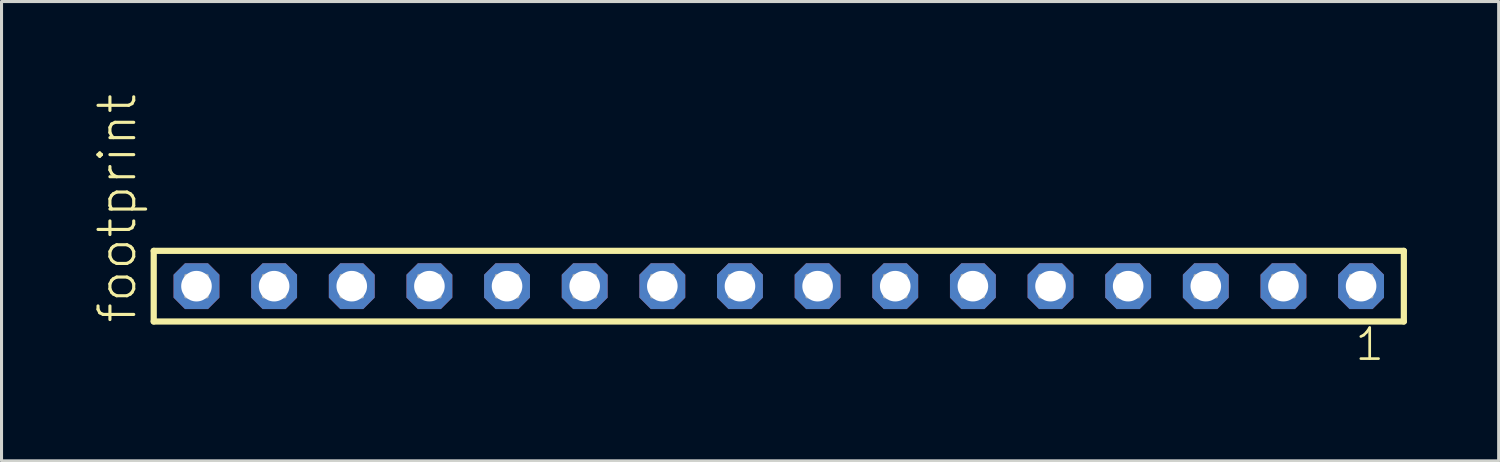
<source format=kicad_pcb>
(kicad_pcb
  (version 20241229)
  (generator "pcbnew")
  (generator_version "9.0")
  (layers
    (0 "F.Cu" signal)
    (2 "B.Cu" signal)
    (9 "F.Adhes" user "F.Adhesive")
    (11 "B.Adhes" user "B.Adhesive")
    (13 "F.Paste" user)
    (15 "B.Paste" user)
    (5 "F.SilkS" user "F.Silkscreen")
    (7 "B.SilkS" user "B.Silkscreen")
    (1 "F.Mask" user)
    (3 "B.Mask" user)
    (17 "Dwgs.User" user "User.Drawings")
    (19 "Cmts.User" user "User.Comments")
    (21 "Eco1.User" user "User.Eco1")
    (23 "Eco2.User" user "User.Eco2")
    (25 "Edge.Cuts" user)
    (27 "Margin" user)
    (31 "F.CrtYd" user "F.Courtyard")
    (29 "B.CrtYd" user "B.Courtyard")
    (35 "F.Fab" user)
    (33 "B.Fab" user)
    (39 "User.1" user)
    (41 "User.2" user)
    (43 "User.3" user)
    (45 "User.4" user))
  (footprint "footprint"
    (layer "F.Cu")
    (at 22.428 6.312)
    (property "Reference" "footprint" (at -20.955 1.27 90) (layer "F.SilkS") (effects (font (size 1.168 1.168) (thickness 0.102)) (justify left bottom)))
    (fp_line (start -20.449 -1.155) (end 20.449 -1.155) (stroke (width 0.203) (type solid)) (layer "F.SilkS"))
    (fp_line (start -20.449 1.155) (end -20.449 -1.155) (stroke (width 0.203) (type solid)) (layer "F.SilkS"))
    (fp_line (start 20.449 -1.155) (end 20.449 1.155) (stroke (width 0.203) (type solid)) (layer "F.SilkS"))
    (fp_line (start 20.449 1.155) (end -20.449 1.155) (stroke (width 0.203) (type solid)) (layer "F.SilkS"))
    (fp_poly (pts (xy -19.4 0.35) (xy -18.7 0.35) (xy -18.7 -0.35) (xy -19.4 -0.35)) (stroke (width 0.1) (type solid)) (fill no) (layer "F.Fab"))
    (fp_poly (pts (xy -16.86 0.35) (xy -16.16 0.35) (xy -16.16 -0.35) (xy -16.86 -0.35)) (stroke (width 0.1) (type solid)) (fill no) (layer "F.Fab"))
    (fp_poly (pts (xy -14.32 0.35) (xy -13.62 0.35) (xy -13.62 -0.35) (xy -14.32 -0.35)) (stroke (width 0.1) (type solid)) (fill no) (layer "F.Fab"))
    (fp_poly (pts (xy -11.78 0.35) (xy -11.08 0.35) (xy -11.08 -0.35) (xy -11.78 -0.35)) (stroke (width 0.1) (type solid)) (fill no) (layer "F.Fab"))
    (fp_poly (pts (xy -9.24 0.35) (xy -8.54 0.35) (xy -8.54 -0.35) (xy -9.24 -0.35)) (stroke (width 0.1) (type solid)) (fill no) (layer "F.Fab"))
    (fp_poly (pts (xy -6.7 0.35) (xy -6 0.35) (xy -6 -0.35) (xy -6.7 -0.35)) (stroke (width 0.1) (type solid)) (fill no) (layer "F.Fab"))
    (fp_poly (pts (xy -4.16 0.35) (xy -3.46 0.35) (xy -3.46 -0.35) (xy -4.16 -0.35)) (stroke (width 0.1) (type solid)) (fill no) (layer "F.Fab"))
    (fp_poly (pts (xy -1.62 0.35) (xy -0.92 0.35) (xy -0.92 -0.35) (xy -1.62 -0.35)) (stroke (width 0.1) (type solid)) (fill no) (layer "F.Fab"))
    (fp_poly (pts (xy 0.92 0.35) (xy 1.62 0.35) (xy 1.62 -0.35) (xy 0.92 -0.35)) (stroke (width 0.1) (type solid)) (fill no) (layer "F.Fab"))
    (fp_poly (pts (xy 3.46 0.35) (xy 4.16 0.35) (xy 4.16 -0.35) (xy 3.46 -0.35)) (stroke (width 0.1) (type solid)) (fill no) (layer "F.Fab"))
    (fp_poly (pts (xy 6 0.35) (xy 6.7 0.35) (xy 6.7 -0.35) (xy 6 -0.35)) (stroke (width 0.1) (type solid)) (fill no) (layer "F.Fab"))
    (fp_poly (pts (xy 8.54 0.35) (xy 9.24 0.35) (xy 9.24 -0.35) (xy 8.54 -0.35)) (stroke (width 0.1) (type solid)) (fill no) (layer "F.Fab"))
    (fp_poly (pts (xy 11.08 0.35) (xy 11.78 0.35) (xy 11.78 -0.35) (xy 11.08 -0.35)) (stroke (width 0.1) (type solid)) (fill no) (layer "F.Fab"))
    (fp_poly (pts (xy 13.62 0.35) (xy 14.32 0.35) (xy 14.32 -0.35) (xy 13.62 -0.35)) (stroke (width 0.1) (type solid)) (fill no) (layer "F.Fab"))
    (fp_poly (pts (xy 16.16 0.35) (xy 16.86 0.35) (xy 16.86 -0.35) (xy 16.16 -0.35)) (stroke (width 0.1) (type solid)) (fill no) (layer "F.Fab"))
    (fp_poly (pts (xy 18.7 0.35) (xy 19.4 0.35) (xy 19.4 -0.35) (xy 18.7 -0.35)) (stroke (width 0.1) (type solid)) (fill no) (layer "F.Fab"))
    (fp_text user "1" (at 18.792 2.498 0) (layer "F.SilkS") (effects (font (size 1.012 1.012) (thickness 0.088)) (justify left bottom)))
    (pad "1" thru_hole roundrect (at 19.05 0 180) (size 1.5 1.5) (drill 1) (layers "*.Cu" "*.Mask") (roundrect_rratio 0.25) (chamfer_ratio 0.25) (chamfer top_left top_right bottom_left bottom_right))
    (pad "2" thru_hole roundrect (at 16.51 0 180) (size 1.5 1.5) (drill 1) (layers "*.Cu" "*.Mask") (roundrect_rratio 0.25) (chamfer_ratio 0.25) (chamfer top_left top_right bottom_left bottom_right))
    (pad "3" thru_hole roundrect (at 13.97 0 180) (size 1.5 1.5) (drill 1) (layers "*.Cu" "*.Mask") (roundrect_rratio 0.25) (chamfer_ratio 0.25) (chamfer top_left top_right bottom_left bottom_right))
    (pad "4" thru_hole roundrect (at 11.43 0 180) (size 1.5 1.5) (drill 1) (layers "*.Cu" "*.Mask") (roundrect_rratio 0.25) (chamfer_ratio 0.25) (chamfer top_left top_right bottom_left bottom_right))
    (pad "5" thru_hole roundrect (at 8.89 0 180) (size 1.5 1.5) (drill 1) (layers "*.Cu" "*.Mask") (roundrect_rratio 0.25) (chamfer_ratio 0.25) (chamfer top_left top_right bottom_left bottom_right))
    (pad "6" thru_hole roundrect (at 6.35 0 180) (size 1.5 1.5) (drill 1) (layers "*.Cu" "*.Mask") (roundrect_rratio 0.25) (chamfer_ratio 0.25) (chamfer top_left top_right bottom_left bottom_right))
    (pad "7" thru_hole roundrect (at 3.81 0 180) (size 1.5 1.5) (drill 1) (layers "*.Cu" "*.Mask") (roundrect_rratio 0.25) (chamfer_ratio 0.25) (chamfer top_left top_right bottom_left bottom_right))
    (pad "8" thru_hole roundrect (at 1.27 0 180) (size 1.5 1.5) (drill 1) (layers "*.Cu" "*.Mask") (roundrect_rratio 0.25) (chamfer_ratio 0.25) (chamfer top_left top_right bottom_left bottom_right))
    (pad "9" thru_hole roundrect (at -1.27 0 180) (size 1.5 1.5) (drill 1) (layers "*.Cu" "*.Mask") (roundrect_rratio 0.25) (chamfer_ratio 0.25) (chamfer top_left top_right bottom_left bottom_right))
    (pad "10" thru_hole roundrect (at -3.81 0 180) (size 1.5 1.5) (drill 1) (layers "*.Cu" "*.Mask") (roundrect_rratio 0.25) (chamfer_ratio 0.25) (chamfer top_left top_right bottom_left bottom_right))
    (pad "11" thru_hole roundrect (at -6.35 0 180) (size 1.5 1.5) (drill 1) (layers "*.Cu" "*.Mask") (roundrect_rratio 0.25) (chamfer_ratio 0.25) (chamfer top_left top_right bottom_left bottom_right))
    (pad "12" thru_hole roundrect (at -8.89 0 180) (size 1.5 1.5) (drill 1) (layers "*.Cu" "*.Mask") (roundrect_rratio 0.25) (chamfer_ratio 0.25) (chamfer top_left top_right bottom_left bottom_right))
    (pad "13" thru_hole roundrect (at -11.43 0 180) (size 1.5 1.5) (drill 1) (layers "*.Cu" "*.Mask") (roundrect_rratio 0.25) (chamfer_ratio 0.25) (chamfer top_left top_right bottom_left bottom_right))
    (pad "14" thru_hole roundrect (at -13.97 0 180) (size 1.5 1.5) (drill 1) (layers "*.Cu" "*.Mask") (roundrect_rratio 0.25) (chamfer_ratio 0.25) (chamfer top_left top_right bottom_left bottom_right))
    (pad "15" thru_hole roundrect (at -16.51 0 180) (size 1.5 1.5) (drill 1) (layers "*.Cu" "*.Mask") (roundrect_rratio 0.25) (chamfer_ratio 0.25) (chamfer top_left top_right bottom_left bottom_right))
    (pad "16" thru_hole roundrect (at -19.05 0 180) (size 1.5 1.5) (drill 1) (layers "*.Cu" "*.Mask") (roundrect_rratio 0.25) (chamfer_ratio 0.25) (chamfer top_left top_right bottom_left bottom_right)))
  (gr_rect
    (start -3 -3)
    (end 45.979 12.027)
    (stroke (width 0.1) (type default))
    (fill no)
    (layer "Edge.Cuts")))
</source>
